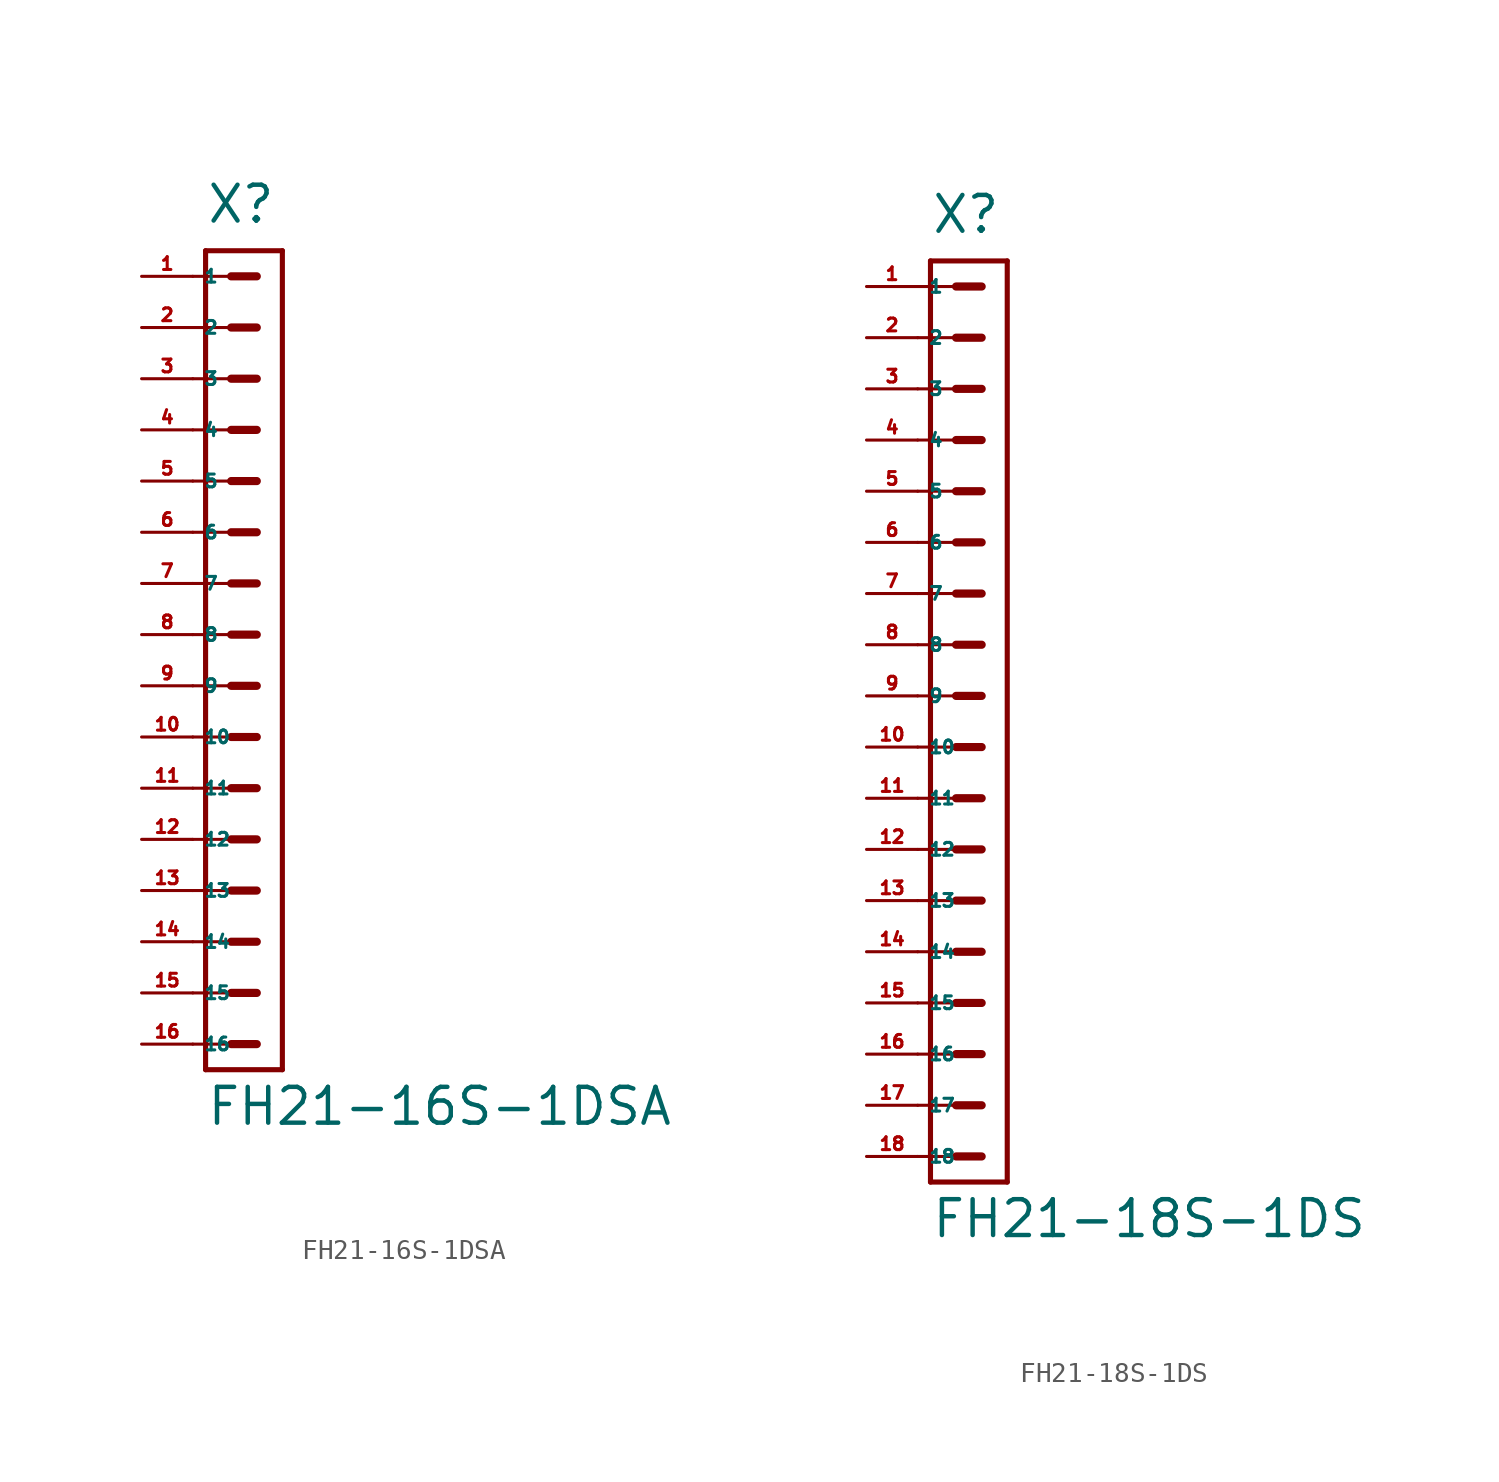
<source format=kicad_sym>
(kicad_symbol_lib
  (version 20220914)
  (generator Eagle2Kicad)
  (symbol "FH21-16S-1DSA"
    (property "Reference" "X"
      (at -1.905 20.32 0)
      (effects (font (size 1.778 1.778) (thickness 0.22)) (justify left bottom)))
    (property "Value" "FH21-16S-1DSA"
      (at -1.905 -24.448 0)
      (effects (font (size 1.778 1.778) (thickness 0.22)) (justify left bottom)))
    (polyline
      (pts (xy 1.905 19.05) (xy -1.905 19.05))
      (stroke (width 0.254) (type default))
      (fill (type none)))
    (polyline
      (pts (xy -1.905 -21.59) (xy -1.905 19.05))
      (stroke (width 0.254) (type default))
      (fill (type none)))
    (polyline
      (pts (xy -1.905 -21.59) (xy 1.905 -21.59))
      (stroke (width 0.254) (type default))
      (fill (type none)))
    (polyline
      (pts (xy 1.905 19.05) (xy 1.905 -21.59))
      (stroke (width 0.254) (type default))
      (fill (type none)))
    (polyline
      (pts (xy -2.54 17.78) (xy -0.635 17.78))
      (stroke (width 0.152) (type default))
      (fill (type none)))
    (polyline
      (pts (xy -2.54 15.24) (xy -0.635 15.24))
      (stroke (width 0.152) (type default))
      (fill (type none)))
    (polyline
      (pts (xy -2.54 12.7) (xy -0.635 12.7))
      (stroke (width 0.152) (type default))
      (fill (type none)))
    (polyline
      (pts (xy -2.54 10.16) (xy -0.635 10.16))
      (stroke (width 0.152) (type default))
      (fill (type none)))
    (polyline
      (pts (xy -2.54 7.62) (xy -0.635 7.62))
      (stroke (width 0.152) (type default))
      (fill (type none)))
    (polyline
      (pts (xy -2.54 5.08) (xy -0.635 5.08))
      (stroke (width 0.152) (type default))
      (fill (type none)))
    (polyline
      (pts (xy -0.635 17.78) (xy 0.635 17.78))
      (stroke (width 0.406) (type default))
      (fill (type none)))
    (polyline
      (pts (xy -0.635 15.24) (xy 0.635 15.24))
      (stroke (width 0.406) (type default))
      (fill (type none)))
    (polyline
      (pts (xy -0.635 12.7) (xy 0.635 12.7))
      (stroke (width 0.406) (type default))
      (fill (type none)))
    (polyline
      (pts (xy -0.635 10.16) (xy 0.635 10.16))
      (stroke (width 0.406) (type default))
      (fill (type none)))
    (polyline
      (pts (xy -0.635 7.62) (xy 0.635 7.62))
      (stroke (width 0.406) (type default))
      (fill (type none)))
    (polyline
      (pts (xy -0.635 5.08) (xy 0.635 5.08))
      (stroke (width 0.406) (type default))
      (fill (type none)))
    (polyline
      (pts (xy -2.54 2.54) (xy -0.635 2.54))
      (stroke (width 0.152) (type default))
      (fill (type none)))
    (polyline
      (pts (xy -2.54 0) (xy -0.635 0))
      (stroke (width 0.152) (type default))
      (fill (type none)))
    (polyline
      (pts (xy -0.635 2.54) (xy 0.635 2.54))
      (stroke (width 0.406) (type default))
      (fill (type none)))
    (polyline
      (pts (xy -0.635 0) (xy 0.635 0))
      (stroke (width 0.406) (type default))
      (fill (type none)))
    (polyline
      (pts (xy -2.54 -2.54) (xy -0.635 -2.54))
      (stroke (width 0.152) (type default))
      (fill (type none)))
    (polyline
      (pts (xy -2.54 -5.08) (xy -0.635 -5.08))
      (stroke (width 0.152) (type default))
      (fill (type none)))
    (polyline
      (pts (xy -0.635 -2.54) (xy 0.635 -2.54))
      (stroke (width 0.406) (type default))
      (fill (type none)))
    (polyline
      (pts (xy -0.635 -5.08) (xy 0.635 -5.08))
      (stroke (width 0.406) (type default))
      (fill (type none)))
    (polyline
      (pts (xy -2.54 -7.62) (xy -0.635 -7.62))
      (stroke (width 0.152) (type default))
      (fill (type none)))
    (polyline
      (pts (xy -2.54 -10.16) (xy -0.635 -10.16))
      (stroke (width 0.152) (type default))
      (fill (type none)))
    (polyline
      (pts (xy -0.635 -7.62) (xy 0.635 -7.62))
      (stroke (width 0.406) (type default))
      (fill (type none)))
    (polyline
      (pts (xy -0.635 -10.16) (xy 0.635 -10.16))
      (stroke (width 0.406) (type default))
      (fill (type none)))
    (polyline
      (pts (xy -2.54 -12.7) (xy -0.635 -12.7))
      (stroke (width 0.152) (type default))
      (fill (type none)))
    (polyline
      (pts (xy -2.54 -15.24) (xy -0.635 -15.24))
      (stroke (width 0.152) (type default))
      (fill (type none)))
    (polyline
      (pts (xy -0.635 -12.7) (xy 0.635 -12.7))
      (stroke (width 0.406) (type default))
      (fill (type none)))
    (polyline
      (pts (xy -0.635 -15.24) (xy 0.635 -15.24))
      (stroke (width 0.406) (type default))
      (fill (type none)))
    (polyline
      (pts (xy -2.54 -17.78) (xy -0.635 -17.78))
      (stroke (width 0.152) (type default))
      (fill (type none)))
    (polyline
      (pts (xy -2.54 -20.32) (xy -0.635 -20.32))
      (stroke (width 0.152) (type default))
      (fill (type none)))
    (polyline
      (pts (xy -0.635 -17.78) (xy 0.635 -17.78))
      (stroke (width 0.406) (type default))
      (fill (type none)))
    (polyline
      (pts (xy -0.635 -20.32) (xy 0.635 -20.32))
      (stroke (width 0.406) (type default))
      (fill (type none)))
    (pin passive line
      (at -5.08 17.78 0)
      (length 2.54)
      (name "1" (effects (font (size 0.635 0.635) (thickness 0.08)) (justify left bottom)))
      (number "1" (effects (font (size 0.635 0.635) (thickness 0.08)) (justify left bottom))))
    (pin passive line
      (at -5.08 15.24 0)
      (length 2.54)
      (name "2" (effects (font (size 0.635 0.635) (thickness 0.08)) (justify left bottom)))
      (number "2" (effects (font (size 0.635 0.635) (thickness 0.08)) (justify left bottom))))
    (pin passive line
      (at -5.08 12.7 0)
      (length 2.54)
      (name "3" (effects (font (size 0.635 0.635) (thickness 0.08)) (justify left bottom)))
      (number "3" (effects (font (size 0.635 0.635) (thickness 0.08)) (justify left bottom))))
    (pin passive line
      (at -5.08 10.16 0)
      (length 2.54)
      (name "4" (effects (font (size 0.635 0.635) (thickness 0.08)) (justify left bottom)))
      (number "4" (effects (font (size 0.635 0.635) (thickness 0.08)) (justify left bottom))))
    (pin passive line
      (at -5.08 7.62 0)
      (length 2.54)
      (name "5" (effects (font (size 0.635 0.635) (thickness 0.08)) (justify left bottom)))
      (number "5" (effects (font (size 0.635 0.635) (thickness 0.08)) (justify left bottom))))
    (pin passive line
      (at -5.08 5.08 0)
      (length 2.54)
      (name "6" (effects (font (size 0.635 0.635) (thickness 0.08)) (justify left bottom)))
      (number "6" (effects (font (size 0.635 0.635) (thickness 0.08)) (justify left bottom))))
    (pin passive line
      (at -5.08 2.54 0)
      (length 2.54)
      (name "7" (effects (font (size 0.635 0.635) (thickness 0.08)) (justify left bottom)))
      (number "7" (effects (font (size 0.635 0.635) (thickness 0.08)) (justify left bottom))))
    (pin passive line
      (at -5.08 0 0)
      (length 2.54)
      (name "8" (effects (font (size 0.635 0.635) (thickness 0.08)) (justify left bottom)))
      (number "8" (effects (font (size 0.635 0.635) (thickness 0.08)) (justify left bottom))))
    (pin passive line
      (at -5.08 -2.54 0)
      (length 2.54)
      (name "9" (effects (font (size 0.635 0.635) (thickness 0.08)) (justify left bottom)))
      (number "9" (effects (font (size 0.635 0.635) (thickness 0.08)) (justify left bottom))))
    (pin passive line
      (at -5.08 -5.08 0)
      (length 2.54)
      (name "10" (effects (font (size 0.635 0.635) (thickness 0.08)) (justify left bottom)))
      (number "10" (effects (font (size 0.635 0.635) (thickness 0.08)) (justify left bottom))))
    (pin passive line
      (at -5.08 -7.62 0)
      (length 2.54)
      (name "11" (effects (font (size 0.635 0.635) (thickness 0.08)) (justify left bottom)))
      (number "11" (effects (font (size 0.635 0.635) (thickness 0.08)) (justify left bottom))))
    (pin passive line
      (at -5.08 -10.16 0)
      (length 2.54)
      (name "12" (effects (font (size 0.635 0.635) (thickness 0.08)) (justify left bottom)))
      (number "12" (effects (font (size 0.635 0.635) (thickness 0.08)) (justify left bottom))))
    (pin passive line
      (at -5.08 -12.7 0)
      (length 2.54)
      (name "13" (effects (font (size 0.635 0.635) (thickness 0.08)) (justify left bottom)))
      (number "13" (effects (font (size 0.635 0.635) (thickness 0.08)) (justify left bottom))))
    (pin passive line
      (at -5.08 -15.24 0)
      (length 2.54)
      (name "14" (effects (font (size 0.635 0.635) (thickness 0.08)) (justify left bottom)))
      (number "14" (effects (font (size 0.635 0.635) (thickness 0.08)) (justify left bottom))))
    (pin passive line
      (at -5.08 -17.78 0)
      (length 2.54)
      (name "15" (effects (font (size 0.635 0.635) (thickness 0.08)) (justify left bottom)))
      (number "15" (effects (font (size 0.635 0.635) (thickness 0.08)) (justify left bottom))))
    (pin passive line
      (at -5.08 -20.32 0)
      (length 2.54)
      (name "16" (effects (font (size 0.635 0.635) (thickness 0.08)) (justify left bottom)))
      (number "16" (effects (font (size 0.635 0.635) (thickness 0.08)) (justify left bottom)))))
  (symbol "FH21-18S-1DS"
    (property "Reference" "X"
      (at -1.905 22.86 0)
      (effects (font (size 1.778 1.778) (thickness 0.22)) (justify left bottom)))
    (property "Value" "FH21-18S-1DS"
      (at -1.905 -26.988 0)
      (effects (font (size 1.778 1.778) (thickness 0.22)) (justify left bottom)))
    (polyline
      (pts (xy 1.905 21.59) (xy -1.905 21.59))
      (stroke (width 0.254) (type default))
      (fill (type none)))
    (polyline
      (pts (xy -1.905 -24.13) (xy -1.905 21.59))
      (stroke (width 0.254) (type default))
      (fill (type none)))
    (polyline
      (pts (xy -1.905 -24.13) (xy 1.905 -24.13))
      (stroke (width 0.254) (type default))
      (fill (type none)))
    (polyline
      (pts (xy 1.905 21.59) (xy 1.905 -24.13))
      (stroke (width 0.254) (type default))
      (fill (type none)))
    (polyline
      (pts (xy -2.54 20.32) (xy -0.635 20.32))
      (stroke (width 0.152) (type default))
      (fill (type none)))
    (polyline
      (pts (xy -2.54 17.78) (xy -0.635 17.78))
      (stroke (width 0.152) (type default))
      (fill (type none)))
    (polyline
      (pts (xy -2.54 15.24) (xy -0.635 15.24))
      (stroke (width 0.152) (type default))
      (fill (type none)))
    (polyline
      (pts (xy -2.54 12.7) (xy -0.635 12.7))
      (stroke (width 0.152) (type default))
      (fill (type none)))
    (polyline
      (pts (xy -2.54 10.16) (xy -0.635 10.16))
      (stroke (width 0.152) (type default))
      (fill (type none)))
    (polyline
      (pts (xy -2.54 7.62) (xy -0.635 7.62))
      (stroke (width 0.152) (type default))
      (fill (type none)))
    (polyline
      (pts (xy -0.635 20.32) (xy 0.635 20.32))
      (stroke (width 0.406) (type default))
      (fill (type none)))
    (polyline
      (pts (xy -0.635 17.78) (xy 0.635 17.78))
      (stroke (width 0.406) (type default))
      (fill (type none)))
    (polyline
      (pts (xy -0.635 15.24) (xy 0.635 15.24))
      (stroke (width 0.406) (type default))
      (fill (type none)))
    (polyline
      (pts (xy -0.635 12.7) (xy 0.635 12.7))
      (stroke (width 0.406) (type default))
      (fill (type none)))
    (polyline
      (pts (xy -0.635 10.16) (xy 0.635 10.16))
      (stroke (width 0.406) (type default))
      (fill (type none)))
    (polyline
      (pts (xy -0.635 7.62) (xy 0.635 7.62))
      (stroke (width 0.406) (type default))
      (fill (type none)))
    (polyline
      (pts (xy -2.54 5.08) (xy -0.635 5.08))
      (stroke (width 0.152) (type default))
      (fill (type none)))
    (polyline
      (pts (xy -2.54 2.54) (xy -0.635 2.54))
      (stroke (width 0.152) (type default))
      (fill (type none)))
    (polyline
      (pts (xy -0.635 5.08) (xy 0.635 5.08))
      (stroke (width 0.406) (type default))
      (fill (type none)))
    (polyline
      (pts (xy -0.635 2.54) (xy 0.635 2.54))
      (stroke (width 0.406) (type default))
      (fill (type none)))
    (polyline
      (pts (xy -2.54 0) (xy -0.635 0))
      (stroke (width 0.152) (type default))
      (fill (type none)))
    (polyline
      (pts (xy -2.54 -2.54) (xy -0.635 -2.54))
      (stroke (width 0.152) (type default))
      (fill (type none)))
    (polyline
      (pts (xy -0.635 0) (xy 0.635 0))
      (stroke (width 0.406) (type default))
      (fill (type none)))
    (polyline
      (pts (xy -0.635 -2.54) (xy 0.635 -2.54))
      (stroke (width 0.406) (type default))
      (fill (type none)))
    (polyline
      (pts (xy -2.54 -5.08) (xy -0.635 -5.08))
      (stroke (width 0.152) (type default))
      (fill (type none)))
    (polyline
      (pts (xy -2.54 -7.62) (xy -0.635 -7.62))
      (stroke (width 0.152) (type default))
      (fill (type none)))
    (polyline
      (pts (xy -0.635 -5.08) (xy 0.635 -5.08))
      (stroke (width 0.406) (type default))
      (fill (type none)))
    (polyline
      (pts (xy -0.635 -7.62) (xy 0.635 -7.62))
      (stroke (width 0.406) (type default))
      (fill (type none)))
    (polyline
      (pts (xy -2.54 -10.16) (xy -0.635 -10.16))
      (stroke (width 0.152) (type default))
      (fill (type none)))
    (polyline
      (pts (xy -2.54 -12.7) (xy -0.635 -12.7))
      (stroke (width 0.152) (type default))
      (fill (type none)))
    (polyline
      (pts (xy -0.635 -10.16) (xy 0.635 -10.16))
      (stroke (width 0.406) (type default))
      (fill (type none)))
    (polyline
      (pts (xy -0.635 -12.7) (xy 0.635 -12.7))
      (stroke (width 0.406) (type default))
      (fill (type none)))
    (polyline
      (pts (xy -2.54 -15.24) (xy -0.635 -15.24))
      (stroke (width 0.152) (type default))
      (fill (type none)))
    (polyline
      (pts (xy -2.54 -17.78) (xy -0.635 -17.78))
      (stroke (width 0.152) (type default))
      (fill (type none)))
    (polyline
      (pts (xy -0.635 -15.24) (xy 0.635 -15.24))
      (stroke (width 0.406) (type default))
      (fill (type none)))
    (polyline
      (pts (xy -0.635 -17.78) (xy 0.635 -17.78))
      (stroke (width 0.406) (type default))
      (fill (type none)))
    (polyline
      (pts (xy -2.54 -20.32) (xy -0.635 -20.32))
      (stroke (width 0.152) (type default))
      (fill (type none)))
    (polyline
      (pts (xy -2.54 -22.86) (xy -0.635 -22.86))
      (stroke (width 0.152) (type default))
      (fill (type none)))
    (polyline
      (pts (xy -0.635 -20.32) (xy 0.635 -20.32))
      (stroke (width 0.406) (type default))
      (fill (type none)))
    (polyline
      (pts (xy -0.635 -22.86) (xy 0.635 -22.86))
      (stroke (width 0.406) (type default))
      (fill (type none)))
    (pin passive line
      (at -5.08 20.32 0)
      (length 2.54)
      (name "1" (effects (font (size 0.635 0.635) (thickness 0.08)) (justify left bottom)))
      (number "1" (effects (font (size 0.635 0.635) (thickness 0.08)) (justify left bottom))))
    (pin passive line
      (at -5.08 17.78 0)
      (length 2.54)
      (name "2" (effects (font (size 0.635 0.635) (thickness 0.08)) (justify left bottom)))
      (number "2" (effects (font (size 0.635 0.635) (thickness 0.08)) (justify left bottom))))
    (pin passive line
      (at -5.08 15.24 0)
      (length 2.54)
      (name "3" (effects (font (size 0.635 0.635) (thickness 0.08)) (justify left bottom)))
      (number "3" (effects (font (size 0.635 0.635) (thickness 0.08)) (justify left bottom))))
    (pin passive line
      (at -5.08 12.7 0)
      (length 2.54)
      (name "4" (effects (font (size 0.635 0.635) (thickness 0.08)) (justify left bottom)))
      (number "4" (effects (font (size 0.635 0.635) (thickness 0.08)) (justify left bottom))))
    (pin passive line
      (at -5.08 10.16 0)
      (length 2.54)
      (name "5" (effects (font (size 0.635 0.635) (thickness 0.08)) (justify left bottom)))
      (number "5" (effects (font (size 0.635 0.635) (thickness 0.08)) (justify left bottom))))
    (pin passive line
      (at -5.08 7.62 0)
      (length 2.54)
      (name "6" (effects (font (size 0.635 0.635) (thickness 0.08)) (justify left bottom)))
      (number "6" (effects (font (size 0.635 0.635) (thickness 0.08)) (justify left bottom))))
    (pin passive line
      (at -5.08 5.08 0)
      (length 2.54)
      (name "7" (effects (font (size 0.635 0.635) (thickness 0.08)) (justify left bottom)))
      (number "7" (effects (font (size 0.635 0.635) (thickness 0.08)) (justify left bottom))))
    (pin passive line
      (at -5.08 2.54 0)
      (length 2.54)
      (name "8" (effects (font (size 0.635 0.635) (thickness 0.08)) (justify left bottom)))
      (number "8" (effects (font (size 0.635 0.635) (thickness 0.08)) (justify left bottom))))
    (pin passive line
      (at -5.08 0 0)
      (length 2.54)
      (name "9" (effects (font (size 0.635 0.635) (thickness 0.08)) (justify left bottom)))
      (number "9" (effects (font (size 0.635 0.635) (thickness 0.08)) (justify left bottom))))
    (pin passive line
      (at -5.08 -2.54 0)
      (length 2.54)
      (name "10" (effects (font (size 0.635 0.635) (thickness 0.08)) (justify left bottom)))
      (number "10" (effects (font (size 0.635 0.635) (thickness 0.08)) (justify left bottom))))
    (pin passive line
      (at -5.08 -5.08 0)
      (length 2.54)
      (name "11" (effects (font (size 0.635 0.635) (thickness 0.08)) (justify left bottom)))
      (number "11" (effects (font (size 0.635 0.635) (thickness 0.08)) (justify left bottom))))
    (pin passive line
      (at -5.08 -7.62 0)
      (length 2.54)
      (name "12" (effects (font (size 0.635 0.635) (thickness 0.08)) (justify left bottom)))
      (number "12" (effects (font (size 0.635 0.635) (thickness 0.08)) (justify left bottom))))
    (pin passive line
      (at -5.08 -10.16 0)
      (length 2.54)
      (name "13" (effects (font (size 0.635 0.635) (thickness 0.08)) (justify left bottom)))
      (number "13" (effects (font (size 0.635 0.635) (thickness 0.08)) (justify left bottom))))
    (pin passive line
      (at -5.08 -12.7 0)
      (length 2.54)
      (name "14" (effects (font (size 0.635 0.635) (thickness 0.08)) (justify left bottom)))
      (number "14" (effects (font (size 0.635 0.635) (thickness 0.08)) (justify left bottom))))
    (pin passive line
      (at -5.08 -15.24 0)
      (length 2.54)
      (name "15" (effects (font (size 0.635 0.635) (thickness 0.08)) (justify left bottom)))
      (number "15" (effects (font (size 0.635 0.635) (thickness 0.08)) (justify left bottom))))
    (pin passive line
      (at -5.08 -17.78 0)
      (length 2.54)
      (name "16" (effects (font (size 0.635 0.635) (thickness 0.08)) (justify left bottom)))
      (number "16" (effects (font (size 0.635 0.635) (thickness 0.08)) (justify left bottom))))
    (pin passive line
      (at -5.08 -20.32 0)
      (length 2.54)
      (name "17" (effects (font (size 0.635 0.635) (thickness 0.08)) (justify left bottom)))
      (number "17" (effects (font (size 0.635 0.635) (thickness 0.08)) (justify left bottom))))
    (pin passive line
      (at -5.08 -22.86 0)
      (length 2.54)
      (name "18" (effects (font (size 0.635 0.635) (thickness 0.08)) (justify left bottom)))
      (number "18" (effects (font (size 0.635 0.635) (thickness 0.08)) (justify left bottom))))))
</source>
